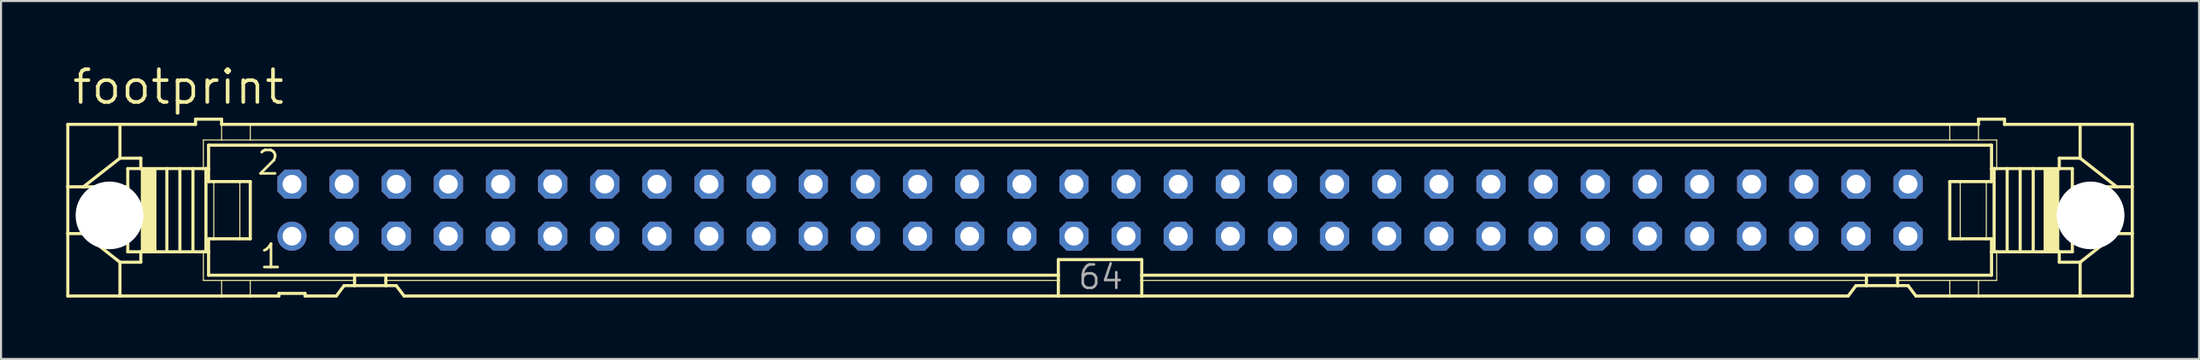
<source format=kicad_pcb>
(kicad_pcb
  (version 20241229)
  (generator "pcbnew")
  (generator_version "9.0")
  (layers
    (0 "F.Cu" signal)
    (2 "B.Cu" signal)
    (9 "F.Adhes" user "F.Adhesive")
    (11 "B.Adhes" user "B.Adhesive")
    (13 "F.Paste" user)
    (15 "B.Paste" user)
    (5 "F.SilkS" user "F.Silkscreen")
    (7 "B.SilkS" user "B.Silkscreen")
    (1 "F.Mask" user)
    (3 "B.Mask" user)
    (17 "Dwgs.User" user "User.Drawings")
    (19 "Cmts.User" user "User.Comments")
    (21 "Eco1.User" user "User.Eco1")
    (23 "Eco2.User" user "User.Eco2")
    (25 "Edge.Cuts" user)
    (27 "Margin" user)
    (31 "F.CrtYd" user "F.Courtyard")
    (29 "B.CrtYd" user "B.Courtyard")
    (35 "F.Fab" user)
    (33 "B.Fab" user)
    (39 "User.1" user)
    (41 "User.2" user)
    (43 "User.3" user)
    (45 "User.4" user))
  (footprint "footprint"
    (layer "F.Cu")
    (at 50.546 7.214)
    (property "Reference" "footprint" (at -50.165 -5.08 0) (layer "F.SilkS") (effects (font (size 1.6 1.6) (thickness 0.178)) (justify left bottom)))
    (fp_line (start -50.292 -4.191) (end -50.292 -1.143) (stroke (width 0.152) (type solid)) (layer "F.SilkS"))
    (fp_line (start -50.292 -4.191) (end -47.752 -4.191) (stroke (width 0.152) (type solid)) (layer "F.SilkS"))
    (fp_line (start -50.292 -1.143) (end -50.292 1.143) (stroke (width 0.152) (type solid)) (layer "F.SilkS"))
    (fp_line (start -50.292 -1.143) (end -49.53 -1.143) (stroke (width 0.152) (type solid)) (layer "F.SilkS"))
    (fp_line (start -50.292 1.143) (end -50.292 4.191) (stroke (width 0.152) (type solid)) (layer "F.SilkS"))
    (fp_line (start -50.292 1.143) (end -49.53 1.143) (stroke (width 0.152) (type solid)) (layer "F.SilkS"))
    (fp_line (start -49.53 -1.143) (end -47.371 -1.143) (stroke (width 0.152) (type solid)) (layer "F.SilkS"))
    (fp_line (start -49.53 1.143) (end -47.371 1.143) (stroke (width 0.152) (type solid)) (layer "F.SilkS"))
    (fp_line (start -47.752 -4.191) (end -47.752 -2.54) (stroke (width 0.152) (type solid)) (layer "F.SilkS"))
    (fp_line (start -47.752 -2.54) (end -49.53 -1.143) (stroke (width 0.152) (type solid)) (layer "F.SilkS"))
    (fp_line (start -47.752 2.54) (end -49.53 1.143) (stroke (width 0.152) (type solid)) (layer "F.SilkS"))
    (fp_line (start -47.752 2.54) (end -47.752 4.191) (stroke (width 0.152) (type solid)) (layer "F.SilkS"))
    (fp_line (start -47.752 4.191) (end -50.292 4.191) (stroke (width 0.152) (type solid)) (layer "F.SilkS"))
    (fp_line (start -47.371 -1.143) (end -47.371 -2.032) (stroke (width 0.152) (type solid)) (layer "F.SilkS"))
    (fp_line (start -47.371 1.143) (end -47.371 -1.143) (stroke (width 0.152) (type solid)) (layer "F.SilkS"))
    (fp_line (start -47.371 2.032) (end -47.371 1.143) (stroke (width 0.152) (type solid)) (layer "F.SilkS"))
    (fp_line (start -46.736 -2.54) (end -47.752 -2.54) (stroke (width 0.152) (type solid)) (layer "F.SilkS"))
    (fp_line (start -46.736 -2.54) (end -46.736 -2.032) (stroke (width 0.152) (type solid)) (layer "F.SilkS"))
    (fp_line (start -46.736 -2.032) (end -47.371 -2.032) (stroke (width 0.152) (type solid)) (layer "F.SilkS"))
    (fp_line (start -46.736 2.032) (end -47.371 2.032) (stroke (width 0.152) (type solid)) (layer "F.SilkS"))
    (fp_line (start -46.736 2.032) (end -46.736 2.54) (stroke (width 0.152) (type solid)) (layer "F.SilkS"))
    (fp_line (start -46.736 2.54) (end -47.752 2.54) (stroke (width 0.152) (type solid)) (layer "F.SilkS"))
    (fp_line (start -45.466 -2.032) (end -46.736 -2.032) (stroke (width 0.152) (type solid)) (layer "F.SilkS"))
    (fp_line (start -45.466 2.032) (end -46.736 2.032) (stroke (width 0.152) (type solid)) (layer "F.SilkS"))
    (fp_line (start -45.466 2.032) (end -45.466 -2.032) (stroke (width 0.152) (type solid)) (layer "F.SilkS"))
    (fp_line (start -44.831 -2.032) (end -45.466 -2.032) (stroke (width 0.152) (type solid)) (layer "F.SilkS"))
    (fp_line (start -44.831 2.032) (end -45.466 2.032) (stroke (width 0.152) (type solid)) (layer "F.SilkS"))
    (fp_line (start -44.831 2.032) (end -44.831 -2.032) (stroke (width 0.152) (type solid)) (layer "F.SilkS"))
    (fp_line (start -44.196 -2.032) (end -44.831 -2.032) (stroke (width 0.152) (type solid)) (layer "F.SilkS"))
    (fp_line (start -44.196 2.032) (end -44.831 2.032) (stroke (width 0.152) (type solid)) (layer "F.SilkS"))
    (fp_line (start -44.196 2.032) (end -44.196 -2.032) (stroke (width 0.152) (type solid)) (layer "F.SilkS"))
    (fp_line (start -44.069 -4.445) (end -44.069 -4.191) (stroke (width 0.152) (type solid)) (layer "F.SilkS"))
    (fp_line (start -44.069 -4.445) (end -42.799 -4.445) (stroke (width 0.152) (type solid)) (layer "F.SilkS"))
    (fp_line (start -44.069 -4.191) (end -47.752 -4.191) (stroke (width 0.152) (type solid)) (layer "F.SilkS"))
    (fp_line (start -43.688 -3.429) (end -43.688 -2.032) (stroke (width 0.051) (type solid)) (layer "F.SilkS"))
    (fp_line (start -43.688 -2.032) (end -44.196 -2.032) (stroke (width 0.152) (type solid)) (layer "F.SilkS"))
    (fp_line (start -43.688 2.032) (end -44.196 2.032) (stroke (width 0.152) (type solid)) (layer "F.SilkS"))
    (fp_line (start -43.688 3.429) (end -43.688 2.032) (stroke (width 0.051) (type solid)) (layer "F.SilkS"))
    (fp_line (start -43.561 -2.032) (end -43.688 -2.032) (stroke (width 0.152) (type solid)) (layer "F.SilkS"))
    (fp_line (start -43.561 2.032) (end -43.688 2.032) (stroke (width 0.152) (type solid)) (layer "F.SilkS"))
    (fp_line (start -43.561 2.032) (end -43.561 -2.032) (stroke (width 0.152) (type solid)) (layer "F.SilkS"))
    (fp_line (start -43.434 -3.175) (end 43.434 -3.175) (stroke (width 0.152) (type solid)) (layer "F.SilkS"))
    (fp_line (start -43.434 -2.032) (end -43.561 -2.032) (stroke (width 0.152) (type solid)) (layer "F.SilkS"))
    (fp_line (start -43.434 -2.032) (end -43.434 -3.175) (stroke (width 0.152) (type solid)) (layer "F.SilkS"))
    (fp_line (start -43.434 -1.397) (end -43.434 -2.032) (stroke (width 0.152) (type solid)) (layer "F.SilkS"))
    (fp_line (start -43.434 -1.397) (end -43.18 -1.397) (stroke (width 0.152) (type solid)) (layer "F.SilkS"))
    (fp_line (start -43.434 2.032) (end -43.561 2.032) (stroke (width 0.152) (type solid)) (layer "F.SilkS"))
    (fp_line (start -43.434 2.032) (end -43.434 1.397) (stroke (width 0.152) (type solid)) (layer "F.SilkS"))
    (fp_line (start -43.434 3.175) (end -43.434 2.032) (stroke (width 0.152) (type solid)) (layer "F.SilkS"))
    (fp_line (start -43.18 -1.397) (end -41.91 -1.397) (stroke (width 0.152) (type solid)) (layer "F.SilkS"))
    (fp_line (start -43.18 1.397) (end -43.434 1.397) (stroke (width 0.152) (type solid)) (layer "F.SilkS"))
    (fp_line (start -43.18 1.397) (end -43.18 -1.397) (stroke (width 0.051) (type solid)) (layer "F.SilkS"))
    (fp_line (start -42.799 -4.445) (end -42.799 -4.191) (stroke (width 0.152) (type solid)) (layer "F.SilkS"))
    (fp_line (start -42.799 -3.429) (end -43.688 -3.429) (stroke (width 0.051) (type solid)) (layer "F.SilkS"))
    (fp_line (start -42.799 -3.429) (end -42.799 -4.191) (stroke (width 0.051) (type solid)) (layer "F.SilkS"))
    (fp_line (start -42.799 -3.429) (end -41.402 -3.429) (stroke (width 0.051) (type solid)) (layer "F.SilkS"))
    (fp_line (start -42.799 3.429) (end -43.688 3.429) (stroke (width 0.051) (type solid)) (layer "F.SilkS"))
    (fp_line (start -42.799 4.191) (end -47.752 4.191) (stroke (width 0.152) (type solid)) (layer "F.SilkS"))
    (fp_line (start -42.799 4.191) (end -42.799 3.429) (stroke (width 0.051) (type solid)) (layer "F.SilkS"))
    (fp_line (start -41.91 -1.397) (end -41.402 -1.397) (stroke (width 0.152) (type solid)) (layer "F.SilkS"))
    (fp_line (start -41.91 1.397) (end -43.18 1.397) (stroke (width 0.152) (type solid)) (layer "F.SilkS"))
    (fp_line (start -41.91 1.397) (end -41.91 -1.397) (stroke (width 0.051) (type solid)) (layer "F.SilkS"))
    (fp_line (start -41.402 -4.191) (end -42.799 -4.191) (stroke (width 0.152) (type solid)) (layer "F.SilkS"))
    (fp_line (start -41.402 -4.191) (end 41.402 -4.191) (stroke (width 0.152) (type solid)) (layer "F.SilkS"))
    (fp_line (start -41.402 -3.429) (end -41.402 -4.191) (stroke (width 0.051) (type solid)) (layer "F.SilkS"))
    (fp_line (start -41.402 -3.429) (end 41.402 -3.429) (stroke (width 0.051) (type solid)) (layer "F.SilkS"))
    (fp_line (start -41.402 1.397) (end -41.91 1.397) (stroke (width 0.152) (type solid)) (layer "F.SilkS"))
    (fp_line (start -41.402 1.397) (end -41.402 -1.397) (stroke (width 0.152) (type solid)) (layer "F.SilkS"))
    (fp_line (start -41.402 3.429) (end -42.799 3.429) (stroke (width 0.051) (type solid)) (layer "F.SilkS"))
    (fp_line (start -41.402 4.191) (end -42.799 4.191) (stroke (width 0.152) (type solid)) (layer "F.SilkS"))
    (fp_line (start -41.402 4.191) (end -41.402 3.429) (stroke (width 0.051) (type solid)) (layer "F.SilkS"))
    (fp_line (start -40.005 4.191) (end -41.402 4.191) (stroke (width 0.152) (type solid)) (layer "F.SilkS"))
    (fp_line (start -40.005 4.191) (end -40.005 4.064) (stroke (width 0.152) (type solid)) (layer "F.SilkS"))
    (fp_line (start -38.735 4.064) (end -40.005 4.064) (stroke (width 0.152) (type solid)) (layer "F.SilkS"))
    (fp_line (start -38.735 4.064) (end -38.735 4.191) (stroke (width 0.152) (type solid)) (layer "F.SilkS"))
    (fp_line (start -37.211 4.191) (end -38.735 4.191) (stroke (width 0.152) (type solid)) (layer "F.SilkS"))
    (fp_line (start -37.211 4.191) (end -36.83 3.683) (stroke (width 0.152) (type solid)) (layer "F.SilkS"))
    (fp_line (start -36.322 3.175) (end -43.434 3.175) (stroke (width 0.152) (type solid)) (layer "F.SilkS"))
    (fp_line (start -36.322 3.175) (end -36.322 3.429) (stroke (width 0.152) (type solid)) (layer "F.SilkS"))
    (fp_line (start -36.322 3.429) (end -41.402 3.429) (stroke (width 0.051) (type solid)) (layer "F.SilkS"))
    (fp_line (start -36.322 3.429) (end -36.322 3.683) (stroke (width 0.152) (type solid)) (layer "F.SilkS"))
    (fp_line (start -36.322 3.683) (end -36.83 3.683) (stroke (width 0.152) (type solid)) (layer "F.SilkS"))
    (fp_line (start -34.798 3.175) (end -36.322 3.175) (stroke (width 0.152) (type solid)) (layer "F.SilkS"))
    (fp_line (start -34.798 3.175) (end -34.798 3.429) (stroke (width 0.152) (type solid)) (layer "F.SilkS"))
    (fp_line (start -34.798 3.429) (end -34.798 3.683) (stroke (width 0.152) (type solid)) (layer "F.SilkS"))
    (fp_line (start -34.798 3.683) (end -36.322 3.683) (stroke (width 0.152) (type solid)) (layer "F.SilkS"))
    (fp_line (start -34.29 3.683) (end -34.798 3.683) (stroke (width 0.152) (type solid)) (layer "F.SilkS"))
    (fp_line (start -34.29 3.683) (end -33.909 4.191) (stroke (width 0.152) (type solid)) (layer "F.SilkS"))
    (fp_line (start -2.032 3.175) (end -34.798 3.175) (stroke (width 0.152) (type solid)) (layer "F.SilkS"))
    (fp_line (start -2.032 3.175) (end -2.032 2.413) (stroke (width 0.152) (type solid)) (layer "F.SilkS"))
    (fp_line (start -2.032 3.175) (end -2.032 3.429) (stroke (width 0.152) (type solid)) (layer "F.SilkS"))
    (fp_line (start -2.032 3.429) (end -34.798 3.429) (stroke (width 0.051) (type solid)) (layer "F.SilkS"))
    (fp_line (start -2.032 3.429) (end -2.032 4.191) (stroke (width 0.152) (type solid)) (layer "F.SilkS"))
    (fp_line (start -2.032 4.191) (end -33.909 4.191) (stroke (width 0.152) (type solid)) (layer "F.SilkS"))
    (fp_line (start 2.032 2.413) (end -2.032 2.413) (stroke (width 0.152) (type solid)) (layer "F.SilkS"))
    (fp_line (start 2.032 2.413) (end 2.032 3.175) (stroke (width 0.152) (type solid)) (layer "F.SilkS"))
    (fp_line (start 2.032 3.175) (end 2.032 3.429) (stroke (width 0.152) (type solid)) (layer "F.SilkS"))
    (fp_line (start 2.032 3.429) (end 2.032 4.191) (stroke (width 0.152) (type solid)) (layer "F.SilkS"))
    (fp_line (start 2.032 4.191) (end -2.032 4.191) (stroke (width 0.152) (type solid)) (layer "F.SilkS"))
    (fp_line (start 36.449 4.191) (end 2.032 4.191) (stroke (width 0.152) (type solid)) (layer "F.SilkS"))
    (fp_line (start 36.449 4.191) (end 36.83 3.683) (stroke (width 0.152) (type solid)) (layer "F.SilkS"))
    (fp_line (start 37.338 3.175) (end 2.032 3.175) (stroke (width 0.152) (type solid)) (layer "F.SilkS"))
    (fp_line (start 37.338 3.175) (end 37.338 3.429) (stroke (width 0.152) (type solid)) (layer "F.SilkS"))
    (fp_line (start 37.338 3.429) (end 2.032 3.429) (stroke (width 0.051) (type solid)) (layer "F.SilkS"))
    (fp_line (start 37.338 3.429) (end 37.338 3.683) (stroke (width 0.152) (type solid)) (layer "F.SilkS"))
    (fp_line (start 37.338 3.683) (end 36.83 3.683) (stroke (width 0.152) (type solid)) (layer "F.SilkS"))
    (fp_line (start 38.862 3.175) (end 37.338 3.175) (stroke (width 0.152) (type solid)) (layer "F.SilkS"))
    (fp_line (start 38.862 3.175) (end 38.862 3.429) (stroke (width 0.152) (type solid)) (layer "F.SilkS"))
    (fp_line (start 38.862 3.429) (end 38.862 3.683) (stroke (width 0.152) (type solid)) (layer "F.SilkS"))
    (fp_line (start 38.862 3.429) (end 41.402 3.429) (stroke (width 0.051) (type solid)) (layer "F.SilkS"))
    (fp_line (start 38.862 3.683) (end 37.338 3.683) (stroke (width 0.152) (type solid)) (layer "F.SilkS"))
    (fp_line (start 39.37 3.683) (end 38.862 3.683) (stroke (width 0.152) (type solid)) (layer "F.SilkS"))
    (fp_line (start 39.37 3.683) (end 39.751 4.191) (stroke (width 0.152) (type solid)) (layer "F.SilkS"))
    (fp_line (start 41.402 -4.191) (end 41.402 -3.429) (stroke (width 0.051) (type solid)) (layer "F.SilkS"))
    (fp_line (start 41.402 -4.191) (end 42.799 -4.191) (stroke (width 0.152) (type solid)) (layer "F.SilkS"))
    (fp_line (start 41.402 -1.397) (end 41.402 1.397) (stroke (width 0.152) (type solid)) (layer "F.SilkS"))
    (fp_line (start 41.402 -1.397) (end 41.91 -1.397) (stroke (width 0.152) (type solid)) (layer "F.SilkS"))
    (fp_line (start 41.402 3.429) (end 41.402 4.191) (stroke (width 0.051) (type solid)) (layer "F.SilkS"))
    (fp_line (start 41.402 3.429) (end 42.799 3.429) (stroke (width 0.051) (type solid)) (layer "F.SilkS"))
    (fp_line (start 41.402 4.191) (end 39.751 4.191) (stroke (width 0.152) (type solid)) (layer "F.SilkS"))
    (fp_line (start 41.91 -1.397) (end 41.91 1.397) (stroke (width 0.051) (type solid)) (layer "F.SilkS"))
    (fp_line (start 41.91 -1.397) (end 43.18 -1.397) (stroke (width 0.152) (type solid)) (layer "F.SilkS"))
    (fp_line (start 41.91 1.397) (end 41.402 1.397) (stroke (width 0.152) (type solid)) (layer "F.SilkS"))
    (fp_line (start 42.799 -4.191) (end 42.799 -4.445) (stroke (width 0.152) (type solid)) (layer "F.SilkS"))
    (fp_line (start 42.799 -4.191) (end 42.799 -3.429) (stroke (width 0.051) (type solid)) (layer "F.SilkS"))
    (fp_line (start 42.799 -3.429) (end 41.402 -3.429) (stroke (width 0.051) (type solid)) (layer "F.SilkS"))
    (fp_line (start 42.799 -3.429) (end 43.688 -3.429) (stroke (width 0.051) (type solid)) (layer "F.SilkS"))
    (fp_line (start 42.799 3.429) (end 42.799 4.191) (stroke (width 0.051) (type solid)) (layer "F.SilkS"))
    (fp_line (start 42.799 3.429) (end 43.688 3.429) (stroke (width 0.051) (type solid)) (layer "F.SilkS"))
    (fp_line (start 42.799 4.191) (end 41.402 4.191) (stroke (width 0.152) (type solid)) (layer "F.SilkS"))
    (fp_line (start 43.18 -1.397) (end 43.18 1.397) (stroke (width 0.051) (type solid)) (layer "F.SilkS"))
    (fp_line (start 43.18 -1.397) (end 43.434 -1.397) (stroke (width 0.152) (type solid)) (layer "F.SilkS"))
    (fp_line (start 43.18 1.397) (end 41.91 1.397) (stroke (width 0.152) (type solid)) (layer "F.SilkS"))
    (fp_line (start 43.434 -3.175) (end 43.434 -2.032) (stroke (width 0.152) (type solid)) (layer "F.SilkS"))
    (fp_line (start 43.434 -2.032) (end 43.434 -1.397) (stroke (width 0.152) (type solid)) (layer "F.SilkS"))
    (fp_line (start 43.434 -2.032) (end 43.561 -2.032) (stroke (width 0.152) (type solid)) (layer "F.SilkS"))
    (fp_line (start 43.434 1.397) (end 43.18 1.397) (stroke (width 0.152) (type solid)) (layer "F.SilkS"))
    (fp_line (start 43.434 1.397) (end 43.434 2.032) (stroke (width 0.152) (type solid)) (layer "F.SilkS"))
    (fp_line (start 43.434 2.032) (end 43.434 3.175) (stroke (width 0.152) (type solid)) (layer "F.SilkS"))
    (fp_line (start 43.434 2.032) (end 43.561 2.032) (stroke (width 0.152) (type solid)) (layer "F.SilkS"))
    (fp_line (start 43.434 3.175) (end 38.862 3.175) (stroke (width 0.152) (type solid)) (layer "F.SilkS"))
    (fp_line (start 43.561 -2.032) (end 43.561 2.032) (stroke (width 0.152) (type solid)) (layer "F.SilkS"))
    (fp_line (start 43.561 -2.032) (end 43.688 -2.032) (stroke (width 0.152) (type solid)) (layer "F.SilkS"))
    (fp_line (start 43.561 2.032) (end 43.688 2.032) (stroke (width 0.152) (type solid)) (layer "F.SilkS"))
    (fp_line (start 43.688 -3.429) (end 43.688 -2.032) (stroke (width 0.051) (type solid)) (layer "F.SilkS"))
    (fp_line (start 43.688 -2.032) (end 44.196 -2.032) (stroke (width 0.152) (type solid)) (layer "F.SilkS"))
    (fp_line (start 43.688 2.032) (end 44.196 2.032) (stroke (width 0.152) (type solid)) (layer "F.SilkS"))
    (fp_line (start 43.688 3.429) (end 43.688 2.032) (stroke (width 0.051) (type solid)) (layer "F.SilkS"))
    (fp_line (start 44.069 -4.445) (end 42.799 -4.445) (stroke (width 0.152) (type solid)) (layer "F.SilkS"))
    (fp_line (start 44.069 -4.191) (end 44.069 -4.445) (stroke (width 0.152) (type solid)) (layer "F.SilkS"))
    (fp_line (start 44.069 -4.191) (end 47.752 -4.191) (stroke (width 0.152) (type solid)) (layer "F.SilkS"))
    (fp_line (start 44.196 -2.032) (end 44.196 2.032) (stroke (width 0.152) (type solid)) (layer "F.SilkS"))
    (fp_line (start 44.196 -2.032) (end 44.831 -2.032) (stroke (width 0.152) (type solid)) (layer "F.SilkS"))
    (fp_line (start 44.196 2.032) (end 44.831 2.032) (stroke (width 0.152) (type solid)) (layer "F.SilkS"))
    (fp_line (start 44.831 -2.032) (end 44.831 2.032) (stroke (width 0.152) (type solid)) (layer "F.SilkS"))
    (fp_line (start 44.831 -2.032) (end 45.466 -2.032) (stroke (width 0.152) (type solid)) (layer "F.SilkS"))
    (fp_line (start 44.831 2.032) (end 45.466 2.032) (stroke (width 0.152) (type solid)) (layer "F.SilkS"))
    (fp_line (start 45.466 -2.032) (end 45.466 2.032) (stroke (width 0.152) (type solid)) (layer "F.SilkS"))
    (fp_line (start 45.466 -2.032) (end 46.736 -2.032) (stroke (width 0.152) (type solid)) (layer "F.SilkS"))
    (fp_line (start 45.466 2.032) (end 46.736 2.032) (stroke (width 0.152) (type solid)) (layer "F.SilkS"))
    (fp_line (start 46.736 -2.54) (end 47.752 -2.54) (stroke (width 0.152) (type solid)) (layer "F.SilkS"))
    (fp_line (start 46.736 -2.032) (end 46.736 -2.54) (stroke (width 0.152) (type solid)) (layer "F.SilkS"))
    (fp_line (start 46.736 -2.032) (end 47.371 -2.032) (stroke (width 0.152) (type solid)) (layer "F.SilkS"))
    (fp_line (start 46.736 2.032) (end 47.371 2.032) (stroke (width 0.152) (type solid)) (layer "F.SilkS"))
    (fp_line (start 46.736 2.54) (end 46.736 2.032) (stroke (width 0.152) (type solid)) (layer "F.SilkS"))
    (fp_line (start 46.736 2.54) (end 47.752 2.54) (stroke (width 0.152) (type solid)) (layer "F.SilkS"))
    (fp_line (start 47.371 -2.032) (end 47.371 -1.143) (stroke (width 0.152) (type solid)) (layer "F.SilkS"))
    (fp_line (start 47.371 -1.143) (end 47.371 1.143) (stroke (width 0.152) (type solid)) (layer "F.SilkS"))
    (fp_line (start 47.371 1.143) (end 47.371 2.032) (stroke (width 0.152) (type solid)) (layer "F.SilkS"))
    (fp_line (start 47.752 -4.191) (end 50.292 -4.191) (stroke (width 0.152) (type solid)) (layer "F.SilkS"))
    (fp_line (start 47.752 -2.54) (end 47.752 -4.191) (stroke (width 0.152) (type solid)) (layer "F.SilkS"))
    (fp_line (start 47.752 -2.54) (end 49.53 -1.143) (stroke (width 0.152) (type solid)) (layer "F.SilkS"))
    (fp_line (start 47.752 2.54) (end 49.53 1.143) (stroke (width 0.152) (type solid)) (layer "F.SilkS"))
    (fp_line (start 47.752 4.191) (end 42.799 4.191) (stroke (width 0.152) (type solid)) (layer "F.SilkS"))
    (fp_line (start 47.752 4.191) (end 47.752 2.54) (stroke (width 0.152) (type solid)) (layer "F.SilkS"))
    (fp_line (start 49.53 -1.143) (end 47.371 -1.143) (stroke (width 0.152) (type solid)) (layer "F.SilkS"))
    (fp_line (start 49.53 1.143) (end 47.371 1.143) (stroke (width 0.152) (type solid)) (layer "F.SilkS"))
    (fp_line (start 50.292 -1.143) (end 49.53 -1.143) (stroke (width 0.152) (type solid)) (layer "F.SilkS"))
    (fp_line (start 50.292 -1.143) (end 50.292 -4.191) (stroke (width 0.152) (type solid)) (layer "F.SilkS"))
    (fp_line (start 50.292 1.143) (end 49.53 1.143) (stroke (width 0.152) (type solid)) (layer "F.SilkS"))
    (fp_line (start 50.292 1.143) (end 50.292 -1.143) (stroke (width 0.152) (type solid)) (layer "F.SilkS"))
    (fp_line (start 50.292 4.191) (end 47.752 4.191) (stroke (width 0.152) (type solid)) (layer "F.SilkS"))
    (fp_line (start 50.292 4.191) (end 50.292 1.143) (stroke (width 0.152) (type solid)) (layer "F.SilkS"))
    (fp_poly (pts (xy -46.736 2.032) (xy -45.974 2.032) (xy -45.974 -2.032) (xy -46.736 -2.032)) (stroke (width 0) (type solid)) (fill yes) (layer "F.SilkS"))
    (fp_poly (pts (xy 45.974 2.032) (xy 46.736 2.032) (xy 46.736 -2.032) (xy 45.974 -2.032)) (stroke (width 0) (type solid)) (fill yes) (layer "F.SilkS"))
    (fp_poly (pts (xy -49.53 0.381) (xy -47.752 0.381) (xy -47.752 -0.381) (xy -49.53 -0.381)) (stroke (width 0.1) (type solid)) (fill no) (layer "F.Fab"))
    (fp_poly (pts (xy -39.624 -1.016) (xy -39.116 -1.016) (xy -39.116 -1.524) (xy -39.624 -1.524)) (stroke (width 0.1) (type solid)) (fill no) (layer "F.Fab"))
    (fp_poly (pts (xy -39.624 1.524) (xy -39.116 1.524) (xy -39.116 1.016) (xy -39.624 1.016)) (stroke (width 0.1) (type solid)) (fill no) (layer "F.Fab"))
    (fp_poly (pts (xy -37.084 -1.016) (xy -36.576 -1.016) (xy -36.576 -1.524) (xy -37.084 -1.524)) (stroke (width 0.1) (type solid)) (fill no) (layer "F.Fab"))
    (fp_poly (pts (xy -37.084 1.524) (xy -36.576 1.524) (xy -36.576 1.016) (xy -37.084 1.016)) (stroke (width 0.1) (type solid)) (fill no) (layer "F.Fab"))
    (fp_poly (pts (xy -34.544 -1.016) (xy -34.036 -1.016) (xy -34.036 -1.524) (xy -34.544 -1.524)) (stroke (width 0.1) (type solid)) (fill no) (layer "F.Fab"))
    (fp_poly (pts (xy -34.544 1.524) (xy -34.036 1.524) (xy -34.036 1.016) (xy -34.544 1.016)) (stroke (width 0.1) (type solid)) (fill no) (layer "F.Fab"))
    (fp_poly (pts (xy -32.004 -1.016) (xy -31.496 -1.016) (xy -31.496 -1.524) (xy -32.004 -1.524)) (stroke (width 0.1) (type solid)) (fill no) (layer "F.Fab"))
    (fp_poly (pts (xy -32.004 1.524) (xy -31.496 1.524) (xy -31.496 1.016) (xy -32.004 1.016)) (stroke (width 0.1) (type solid)) (fill no) (layer "F.Fab"))
    (fp_poly (pts (xy -29.464 -1.016) (xy -28.956 -1.016) (xy -28.956 -1.524) (xy -29.464 -1.524)) (stroke (width 0.1) (type solid)) (fill no) (layer "F.Fab"))
    (fp_poly (pts (xy -29.464 1.524) (xy -28.956 1.524) (xy -28.956 1.016) (xy -29.464 1.016)) (stroke (width 0.1) (type solid)) (fill no) (layer "F.Fab"))
    (fp_poly (pts (xy -26.924 -1.016) (xy -26.416 -1.016) (xy -26.416 -1.524) (xy -26.924 -1.524)) (stroke (width 0.1) (type solid)) (fill no) (layer "F.Fab"))
    (fp_poly (pts (xy -26.924 1.524) (xy -26.416 1.524) (xy -26.416 1.016) (xy -26.924 1.016)) (stroke (width 0.1) (type solid)) (fill no) (layer "F.Fab"))
    (fp_poly (pts (xy -24.384 -1.016) (xy -23.876 -1.016) (xy -23.876 -1.524) (xy -24.384 -1.524)) (stroke (width 0.1) (type solid)) (fill no) (layer "F.Fab"))
    (fp_poly (pts (xy -24.384 1.524) (xy -23.876 1.524) (xy -23.876 1.016) (xy -24.384 1.016)) (stroke (width 0.1) (type solid)) (fill no) (layer "F.Fab"))
    (fp_poly (pts (xy -21.844 -1.016) (xy -21.336 -1.016) (xy -21.336 -1.524) (xy -21.844 -1.524)) (stroke (width 0.1) (type solid)) (fill no) (layer "F.Fab"))
    (fp_poly (pts (xy -21.844 1.524) (xy -21.336 1.524) (xy -21.336 1.016) (xy -21.844 1.016)) (stroke (width 0.1) (type solid)) (fill no) (layer "F.Fab"))
    (fp_poly (pts (xy -19.304 -1.016) (xy -18.796 -1.016) (xy -18.796 -1.524) (xy -19.304 -1.524)) (stroke (width 0.1) (type solid)) (fill no) (layer "F.Fab"))
    (fp_poly (pts (xy -19.304 1.524) (xy -18.796 1.524) (xy -18.796 1.016) (xy -19.304 1.016)) (stroke (width 0.1) (type solid)) (fill no) (layer "F.Fab"))
    (fp_poly (pts (xy -16.764 -1.016) (xy -16.256 -1.016) (xy -16.256 -1.524) (xy -16.764 -1.524)) (stroke (width 0.1) (type solid)) (fill no) (layer "F.Fab"))
    (fp_poly (pts (xy -16.764 1.524) (xy -16.256 1.524) (xy -16.256 1.016) (xy -16.764 1.016)) (stroke (width 0.1) (type solid)) (fill no) (layer "F.Fab"))
    (fp_poly (pts (xy -14.224 -1.016) (xy -13.716 -1.016) (xy -13.716 -1.524) (xy -14.224 -1.524)) (stroke (width 0.1) (type solid)) (fill no) (layer "F.Fab"))
    (fp_poly (pts (xy -14.224 1.524) (xy -13.716 1.524) (xy -13.716 1.016) (xy -14.224 1.016)) (stroke (width 0.1) (type solid)) (fill no) (layer "F.Fab"))
    (fp_poly (pts (xy -11.684 -1.016) (xy -11.176 -1.016) (xy -11.176 -1.524) (xy -11.684 -1.524)) (stroke (width 0.1) (type solid)) (fill no) (layer "F.Fab"))
    (fp_poly (pts (xy -11.684 1.524) (xy -11.176 1.524) (xy -11.176 1.016) (xy -11.684 1.016)) (stroke (width 0.1) (type solid)) (fill no) (layer "F.Fab"))
    (fp_poly (pts (xy -9.144 -1.016) (xy -8.636 -1.016) (xy -8.636 -1.524) (xy -9.144 -1.524)) (stroke (width 0.1) (type solid)) (fill no) (layer "F.Fab"))
    (fp_poly (pts (xy -9.144 1.524) (xy -8.636 1.524) (xy -8.636 1.016) (xy -9.144 1.016)) (stroke (width 0.1) (type solid)) (fill no) (layer "F.Fab"))
    (fp_poly (pts (xy -6.604 -1.016) (xy -6.096 -1.016) (xy -6.096 -1.524) (xy -6.604 -1.524)) (stroke (width 0.1) (type solid)) (fill no) (layer "F.Fab"))
    (fp_poly (pts (xy -6.604 1.524) (xy -6.096 1.524) (xy -6.096 1.016) (xy -6.604 1.016)) (stroke (width 0.1) (type solid)) (fill no) (layer "F.Fab"))
    (fp_poly (pts (xy -4.064 -1.016) (xy -3.556 -1.016) (xy -3.556 -1.524) (xy -4.064 -1.524)) (stroke (width 0.1) (type solid)) (fill no) (layer "F.Fab"))
    (fp_poly (pts (xy -4.064 1.524) (xy -3.556 1.524) (xy -3.556 1.016) (xy -4.064 1.016)) (stroke (width 0.1) (type solid)) (fill no) (layer "F.Fab"))
    (fp_poly (pts (xy -1.524 -1.016) (xy -1.016 -1.016) (xy -1.016 -1.524) (xy -1.524 -1.524)) (stroke (width 0.1) (type solid)) (fill no) (layer "F.Fab"))
    (fp_poly (pts (xy -1.524 1.524) (xy -1.016 1.524) (xy -1.016 1.016) (xy -1.524 1.016)) (stroke (width 0.1) (type solid)) (fill no) (layer "F.Fab"))
    (fp_poly (pts (xy 1.016 -1.016) (xy 1.524 -1.016) (xy 1.524 -1.524) (xy 1.016 -1.524)) (stroke (width 0.1) (type solid)) (fill no) (layer "F.Fab"))
    (fp_poly (pts (xy 1.016 1.524) (xy 1.524 1.524) (xy 1.524 1.016) (xy 1.016 1.016)) (stroke (width 0.1) (type solid)) (fill no) (layer "F.Fab"))
    (fp_poly (pts (xy 3.556 -1.016) (xy 4.064 -1.016) (xy 4.064 -1.524) (xy 3.556 -1.524)) (stroke (width 0.1) (type solid)) (fill no) (layer "F.Fab"))
    (fp_poly (pts (xy 3.556 1.524) (xy 4.064 1.524) (xy 4.064 1.016) (xy 3.556 1.016)) (stroke (width 0.1) (type solid)) (fill no) (layer "F.Fab"))
    (fp_poly (pts (xy 6.096 -1.016) (xy 6.604 -1.016) (xy 6.604 -1.524) (xy 6.096 -1.524)) (stroke (width 0.1) (type solid)) (fill no) (layer "F.Fab"))
    (fp_poly (pts (xy 6.096 1.524) (xy 6.604 1.524) (xy 6.604 1.016) (xy 6.096 1.016)) (stroke (width 0.1) (type solid)) (fill no) (layer "F.Fab"))
    (fp_poly (pts (xy 8.636 -1.016) (xy 9.144 -1.016) (xy 9.144 -1.524) (xy 8.636 -1.524)) (stroke (width 0.1) (type solid)) (fill no) (layer "F.Fab"))
    (fp_poly (pts (xy 8.636 1.524) (xy 9.144 1.524) (xy 9.144 1.016) (xy 8.636 1.016)) (stroke (width 0.1) (type solid)) (fill no) (layer "F.Fab"))
    (fp_poly (pts (xy 11.176 -1.016) (xy 11.684 -1.016) (xy 11.684 -1.524) (xy 11.176 -1.524)) (stroke (width 0.1) (type solid)) (fill no) (layer "F.Fab"))
    (fp_poly (pts (xy 11.176 1.524) (xy 11.684 1.524) (xy 11.684 1.016) (xy 11.176 1.016)) (stroke (width 0.1) (type solid)) (fill no) (layer "F.Fab"))
    (fp_poly (pts (xy 13.716 -1.016) (xy 14.224 -1.016) (xy 14.224 -1.524) (xy 13.716 -1.524)) (stroke (width 0.1) (type solid)) (fill no) (layer "F.Fab"))
    (fp_poly (pts (xy 13.716 1.524) (xy 14.224 1.524) (xy 14.224 1.016) (xy 13.716 1.016)) (stroke (width 0.1) (type solid)) (fill no) (layer "F.Fab"))
    (fp_poly (pts (xy 16.256 -1.016) (xy 16.764 -1.016) (xy 16.764 -1.524) (xy 16.256 -1.524)) (stroke (width 0.1) (type solid)) (fill no) (layer "F.Fab"))
    (fp_poly (pts (xy 16.256 1.524) (xy 16.764 1.524) (xy 16.764 1.016) (xy 16.256 1.016)) (stroke (width 0.1) (type solid)) (fill no) (layer "F.Fab"))
    (fp_poly (pts (xy 18.796 -1.016) (xy 19.304 -1.016) (xy 19.304 -1.524) (xy 18.796 -1.524)) (stroke (width 0.1) (type solid)) (fill no) (layer "F.Fab"))
    (fp_poly (pts (xy 18.796 1.524) (xy 19.304 1.524) (xy 19.304 1.016) (xy 18.796 1.016)) (stroke (width 0.1) (type solid)) (fill no) (layer "F.Fab"))
    (fp_poly (pts (xy 21.336 -1.016) (xy 21.844 -1.016) (xy 21.844 -1.524) (xy 21.336 -1.524)) (stroke (width 0.1) (type solid)) (fill no) (layer "F.Fab"))
    (fp_poly (pts (xy 21.336 1.524) (xy 21.844 1.524) (xy 21.844 1.016) (xy 21.336 1.016)) (stroke (width 0.1) (type solid)) (fill no) (layer "F.Fab"))
    (fp_poly (pts (xy 23.876 -1.016) (xy 24.384 -1.016) (xy 24.384 -1.524) (xy 23.876 -1.524)) (stroke (width 0.1) (type solid)) (fill no) (layer "F.Fab"))
    (fp_poly (pts (xy 23.876 1.524) (xy 24.384 1.524) (xy 24.384 1.016) (xy 23.876 1.016)) (stroke (width 0.1) (type solid)) (fill no) (layer "F.Fab"))
    (fp_poly (pts (xy 26.416 -1.016) (xy 26.924 -1.016) (xy 26.924 -1.524) (xy 26.416 -1.524)) (stroke (width 0.1) (type solid)) (fill no) (layer "F.Fab"))
    (fp_poly (pts (xy 26.416 1.524) (xy 26.924 1.524) (xy 26.924 1.016) (xy 26.416 1.016)) (stroke (width 0.1) (type solid)) (fill no) (layer "F.Fab"))
    (fp_poly (pts (xy 28.956 -1.016) (xy 29.464 -1.016) (xy 29.464 -1.524) (xy 28.956 -1.524)) (stroke (width 0.1) (type solid)) (fill no) (layer "F.Fab"))
    (fp_poly (pts (xy 28.956 1.524) (xy 29.464 1.524) (xy 29.464 1.016) (xy 28.956 1.016)) (stroke (width 0.1) (type solid)) (fill no) (layer "F.Fab"))
    (fp_poly (pts (xy 31.496 -1.016) (xy 32.004 -1.016) (xy 32.004 -1.524) (xy 31.496 -1.524)) (stroke (width 0.1) (type solid)) (fill no) (layer "F.Fab"))
    (fp_poly (pts (xy 31.496 1.524) (xy 32.004 1.524) (xy 32.004 1.016) (xy 31.496 1.016)) (stroke (width 0.1) (type solid)) (fill no) (layer "F.Fab"))
    (fp_poly (pts (xy 34.036 -1.016) (xy 34.544 -1.016) (xy 34.544 -1.524) (xy 34.036 -1.524)) (stroke (width 0.1) (type solid)) (fill no) (layer "F.Fab"))
    (fp_poly (pts (xy 34.036 1.524) (xy 34.544 1.524) (xy 34.544 1.016) (xy 34.036 1.016)) (stroke (width 0.1) (type solid)) (fill no) (layer "F.Fab"))
    (fp_poly (pts (xy 36.576 -1.016) (xy 37.084 -1.016) (xy 37.084 -1.524) (xy 36.576 -1.524)) (stroke (width 0.1) (type solid)) (fill no) (layer "F.Fab"))
    (fp_poly (pts (xy 36.576 1.524) (xy 37.084 1.524) (xy 37.084 1.016) (xy 36.576 1.016)) (stroke (width 0.1) (type solid)) (fill no) (layer "F.Fab"))
    (fp_poly (pts (xy 39.116 -1.016) (xy 39.624 -1.016) (xy 39.624 -1.524) (xy 39.116 -1.524)) (stroke (width 0.1) (type solid)) (fill no) (layer "F.Fab"))
    (fp_poly (pts (xy 39.116 1.524) (xy 39.624 1.524) (xy 39.624 1.016) (xy 39.116 1.016)) (stroke (width 0.1) (type solid)) (fill no) (layer "F.Fab"))
    (fp_poly (pts (xy 47.752 0.381) (xy 49.53 0.381) (xy 49.53 -0.381) (xy 47.752 -0.381)) (stroke (width 0.1) (type solid)) (fill no) (layer "F.Fab"))
    (fp_text user "2" (at -41.148 -1.651 0) (layer "F.SilkS") (effects (font (size 1.143 1.143) (thickness 0.127)) (justify left bottom)))
    (fp_text user "1" (at -41.021 2.921 0) (layer "F.SilkS") (effects (font (size 1.143 1.143) (thickness 0.127)) (justify left bottom)))
    (fp_text user "64" (at -1.143 3.937 0) (layer "F.Fab") (effects (font (size 1.143 1.143) (thickness 0.127)) (justify left bottom)))
    (pad "" np_thru_hole circle (at -48.26 0.254) (size 3.302 3.302) (drill 3.302) (layers "*.Cu" "*.Mask"))
    (pad "" np_thru_hole circle (at 48.26 0.254) (size 3.302 3.302) (drill 3.302) (layers "*.Cu" "*.Mask"))
    (pad "1" thru_hole circle (at -39.37 1.27) (size 1.422 1.422) (drill 0.914) (layers "*.Cu" "*.Mask"))
    (pad "2" thru_hole roundrect (at -39.37 -1.27) (size 1.422 1.422) (drill 0.914) (layers "*.Cu" "*.Mask") (roundrect_rratio 0.25) (chamfer_ratio 0.25) (chamfer top_left top_right bottom_left bottom_right))
    (pad "3" thru_hole roundrect (at -36.83 1.27) (size 1.422 1.422) (drill 0.914) (layers "*.Cu" "*.Mask") (roundrect_rratio 0.25) (chamfer_ratio 0.25) (chamfer top_left top_right bottom_left bottom_right))
    (pad "4" thru_hole roundrect (at -36.83 -1.27) (size 1.422 1.422) (drill 0.914) (layers "*.Cu" "*.Mask") (roundrect_rratio 0.25) (chamfer_ratio 0.25) (chamfer top_left top_right bottom_left bottom_right))
    (pad "5" thru_hole roundrect (at -34.29 1.27) (size 1.422 1.422) (drill 0.914) (layers "*.Cu" "*.Mask") (roundrect_rratio 0.25) (chamfer_ratio 0.25) (chamfer top_left top_right bottom_left bottom_right))
    (pad "6" thru_hole roundrect (at -34.29 -1.27) (size 1.422 1.422) (drill 0.914) (layers "*.Cu" "*.Mask") (roundrect_rratio 0.25) (chamfer_ratio 0.25) (chamfer top_left top_right bottom_left bottom_right))
    (pad "7" thru_hole roundrect (at -31.75 1.27) (size 1.422 1.422) (drill 0.914) (layers "*.Cu" "*.Mask") (roundrect_rratio 0.25) (chamfer_ratio 0.25) (chamfer top_left top_right bottom_left bottom_right))
    (pad "8" thru_hole roundrect (at -31.75 -1.27) (size 1.422 1.422) (drill 0.914) (layers "*.Cu" "*.Mask") (roundrect_rratio 0.25) (chamfer_ratio 0.25) (chamfer top_left top_right bottom_left bottom_right))
    (pad "9" thru_hole roundrect (at -29.21 1.27) (size 1.422 1.422) (drill 0.914) (layers "*.Cu" "*.Mask") (roundrect_rratio 0.25) (chamfer_ratio 0.25) (chamfer top_left top_right bottom_left bottom_right))
    (pad "10" thru_hole roundrect (at -29.21 -1.27) (size 1.422 1.422) (drill 0.914) (layers "*.Cu" "*.Mask") (roundrect_rratio 0.25) (chamfer_ratio 0.25) (chamfer top_left top_right bottom_left bottom_right))
    (pad "11" thru_hole roundrect (at -26.67 1.27) (size 1.422 1.422) (drill 0.914) (layers "*.Cu" "*.Mask") (roundrect_rratio 0.25) (chamfer_ratio 0.25) (chamfer top_left top_right bottom_left bottom_right))
    (pad "12" thru_hole roundrect (at -26.67 -1.27) (size 1.422 1.422) (drill 0.914) (layers "*.Cu" "*.Mask") (roundrect_rratio 0.25) (chamfer_ratio 0.25) (chamfer top_left top_right bottom_left bottom_right))
    (pad "13" thru_hole roundrect (at -24.13 1.27) (size 1.422 1.422) (drill 0.914) (layers "*.Cu" "*.Mask") (roundrect_rratio 0.25) (chamfer_ratio 0.25) (chamfer top_left top_right bottom_left bottom_right))
    (pad "14" thru_hole roundrect (at -24.13 -1.27) (size 1.422 1.422) (drill 0.914) (layers "*.Cu" "*.Mask") (roundrect_rratio 0.25) (chamfer_ratio 0.25) (chamfer top_left top_right bottom_left bottom_right))
    (pad "15" thru_hole roundrect (at -21.59 1.27) (size 1.422 1.422) (drill 0.914) (layers "*.Cu" "*.Mask") (roundrect_rratio 0.25) (chamfer_ratio 0.25) (chamfer top_left top_right bottom_left bottom_right))
    (pad "16" thru_hole roundrect (at -21.59 -1.27) (size 1.422 1.422) (drill 0.914) (layers "*.Cu" "*.Mask") (roundrect_rratio 0.25) (chamfer_ratio 0.25) (chamfer top_left top_right bottom_left bottom_right))
    (pad "17" thru_hole roundrect (at -19.05 1.27) (size 1.422 1.422) (drill 0.914) (layers "*.Cu" "*.Mask") (roundrect_rratio 0.25) (chamfer_ratio 0.25) (chamfer top_left top_right bottom_left bottom_right))
    (pad "18" thru_hole roundrect (at -19.05 -1.27) (size 1.422 1.422) (drill 0.914) (layers "*.Cu" "*.Mask") (roundrect_rratio 0.25) (chamfer_ratio 0.25) (chamfer top_left top_right bottom_left bottom_right))
    (pad "19" thru_hole roundrect (at -16.51 1.27) (size 1.422 1.422) (drill 0.914) (layers "*.Cu" "*.Mask") (roundrect_rratio 0.25) (chamfer_ratio 0.25) (chamfer top_left top_right bottom_left bottom_right))
    (pad "20" thru_hole roundrect (at -16.51 -1.27) (size 1.422 1.422) (drill 0.914) (layers "*.Cu" "*.Mask") (roundrect_rratio 0.25) (chamfer_ratio 0.25) (chamfer top_left top_right bottom_left bottom_right))
    (pad "21" thru_hole roundrect (at -13.97 1.27) (size 1.422 1.422) (drill 0.914) (layers "*.Cu" "*.Mask") (roundrect_rratio 0.25) (chamfer_ratio 0.25) (chamfer top_left top_right bottom_left bottom_right))
    (pad "22" thru_hole roundrect (at -13.97 -1.27) (size 1.422 1.422) (drill 0.914) (layers "*.Cu" "*.Mask") (roundrect_rratio 0.25) (chamfer_ratio 0.25) (chamfer top_left top_right bottom_left bottom_right))
    (pad "23" thru_hole roundrect (at -11.43 1.27) (size 1.422 1.422) (drill 0.914) (layers "*.Cu" "*.Mask") (roundrect_rratio 0.25) (chamfer_ratio 0.25) (chamfer top_left top_right bottom_left bottom_right))
    (pad "24" thru_hole roundrect (at -11.43 -1.27) (size 1.422 1.422) (drill 0.914) (layers "*.Cu" "*.Mask") (roundrect_rratio 0.25) (chamfer_ratio 0.25) (chamfer top_left top_right bottom_left bottom_right))
    (pad "25" thru_hole roundrect (at -8.89 1.27) (size 1.422 1.422) (drill 0.914) (layers "*.Cu" "*.Mask") (roundrect_rratio 0.25) (chamfer_ratio 0.25) (chamfer top_left top_right bottom_left bottom_right))
    (pad "26" thru_hole roundrect (at -8.89 -1.27) (size 1.422 1.422) (drill 0.914) (layers "*.Cu" "*.Mask") (roundrect_rratio 0.25) (chamfer_ratio 0.25) (chamfer top_left top_right bottom_left bottom_right))
    (pad "27" thru_hole roundrect (at -6.35 1.27) (size 1.422 1.422) (drill 0.914) (layers "*.Cu" "*.Mask") (roundrect_rratio 0.25) (chamfer_ratio 0.25) (chamfer top_left top_right bottom_left bottom_right))
    (pad "28" thru_hole roundrect (at -6.35 -1.27) (size 1.422 1.422) (drill 0.914) (layers "*.Cu" "*.Mask") (roundrect_rratio 0.25) (chamfer_ratio 0.25) (chamfer top_left top_right bottom_left bottom_right))
    (pad "29" thru_hole roundrect (at -3.81 1.27) (size 1.422 1.422) (drill 0.914) (layers "*.Cu" "*.Mask") (roundrect_rratio 0.25) (chamfer_ratio 0.25) (chamfer top_left top_right bottom_left bottom_right))
    (pad "30" thru_hole roundrect (at -3.81 -1.27) (size 1.422 1.422) (drill 0.914) (layers "*.Cu" "*.Mask") (roundrect_rratio 0.25) (chamfer_ratio 0.25) (chamfer top_left top_right bottom_left bottom_right))
    (pad "31" thru_hole roundrect (at -1.27 1.27) (size 1.422 1.422) (drill 0.914) (layers "*.Cu" "*.Mask") (roundrect_rratio 0.25) (chamfer_ratio 0.25) (chamfer top_left top_right bottom_left bottom_right))
    (pad "32" thru_hole roundrect (at -1.27 -1.27) (size 1.422 1.422) (drill 0.914) (layers "*.Cu" "*.Mask") (roundrect_rratio 0.25) (chamfer_ratio 0.25) (chamfer top_left top_right bottom_left bottom_right))
    (pad "33" thru_hole roundrect (at 1.27 1.27) (size 1.422 1.422) (drill 0.914) (layers "*.Cu" "*.Mask") (roundrect_rratio 0.25) (chamfer_ratio 0.25) (chamfer top_left top_right bottom_left bottom_right))
    (pad "34" thru_hole roundrect (at 1.27 -1.27) (size 1.422 1.422) (drill 0.914) (layers "*.Cu" "*.Mask") (roundrect_rratio 0.25) (chamfer_ratio 0.25) (chamfer top_left top_right bottom_left bottom_right))
    (pad "35" thru_hole roundrect (at 3.81 1.27) (size 1.422 1.422) (drill 0.914) (layers "*.Cu" "*.Mask") (roundrect_rratio 0.25) (chamfer_ratio 0.25) (chamfer top_left top_right bottom_left bottom_right))
    (pad "36" thru_hole roundrect (at 3.81 -1.27) (size 1.422 1.422) (drill 0.914) (layers "*.Cu" "*.Mask") (roundrect_rratio 0.25) (chamfer_ratio 0.25) (chamfer top_left top_right bottom_left bottom_right))
    (pad "37" thru_hole roundrect (at 6.35 1.27) (size 1.422 1.422) (drill 0.914) (layers "*.Cu" "*.Mask") (roundrect_rratio 0.25) (chamfer_ratio 0.25) (chamfer top_left top_right bottom_left bottom_right))
    (pad "38" thru_hole roundrect (at 6.35 -1.27) (size 1.422 1.422) (drill 0.914) (layers "*.Cu" "*.Mask") (roundrect_rratio 0.25) (chamfer_ratio 0.25) (chamfer top_left top_right bottom_left bottom_right))
    (pad "39" thru_hole roundrect (at 8.89 1.27) (size 1.422 1.422) (drill 0.914) (layers "*.Cu" "*.Mask") (roundrect_rratio 0.25) (chamfer_ratio 0.25) (chamfer top_left top_right bottom_left bottom_right))
    (pad "40" thru_hole roundrect (at 8.89 -1.27) (size 1.422 1.422) (drill 0.914) (layers "*.Cu" "*.Mask") (roundrect_rratio 0.25) (chamfer_ratio 0.25) (chamfer top_left top_right bottom_left bottom_right))
    (pad "41" thru_hole roundrect (at 11.43 1.27) (size 1.422 1.422) (drill 0.914) (layers "*.Cu" "*.Mask") (roundrect_rratio 0.25) (chamfer_ratio 0.25) (chamfer top_left top_right bottom_left bottom_right))
    (pad "42" thru_hole roundrect (at 11.43 -1.27) (size 1.422 1.422) (drill 0.914) (layers "*.Cu" "*.Mask") (roundrect_rratio 0.25) (chamfer_ratio 0.25) (chamfer top_left top_right bottom_left bottom_right))
    (pad "43" thru_hole roundrect (at 13.97 1.27) (size 1.422 1.422) (drill 0.914) (layers "*.Cu" "*.Mask") (roundrect_rratio 0.25) (chamfer_ratio 0.25) (chamfer top_left top_right bottom_left bottom_right))
    (pad "44" thru_hole roundrect (at 13.97 -1.27) (size 1.422 1.422) (drill 0.914) (layers "*.Cu" "*.Mask") (roundrect_rratio 0.25) (chamfer_ratio 0.25) (chamfer top_left top_right bottom_left bottom_right))
    (pad "45" thru_hole roundrect (at 16.51 1.27) (size 1.422 1.422) (drill 0.914) (layers "*.Cu" "*.Mask") (roundrect_rratio 0.25) (chamfer_ratio 0.25) (chamfer top_left top_right bottom_left bottom_right))
    (pad "46" thru_hole roundrect (at 16.51 -1.27) (size 1.422 1.422) (drill 0.914) (layers "*.Cu" "*.Mask") (roundrect_rratio 0.25) (chamfer_ratio 0.25) (chamfer top_left top_right bottom_left bottom_right))
    (pad "47" thru_hole roundrect (at 19.05 1.27) (size 1.422 1.422) (drill 0.914) (layers "*.Cu" "*.Mask") (roundrect_rratio 0.25) (chamfer_ratio 0.25) (chamfer top_left top_right bottom_left bottom_right))
    (pad "48" thru_hole roundrect (at 19.05 -1.27) (size 1.422 1.422) (drill 0.914) (layers "*.Cu" "*.Mask") (roundrect_rratio 0.25) (chamfer_ratio 0.25) (chamfer top_left top_right bottom_left bottom_right))
    (pad "49" thru_hole roundrect (at 21.59 1.27) (size 1.422 1.422) (drill 0.914) (layers "*.Cu" "*.Mask") (roundrect_rratio 0.25) (chamfer_ratio 0.25) (chamfer top_left top_right bottom_left bottom_right))
    (pad "50" thru_hole roundrect (at 21.59 -1.27) (size 1.422 1.422) (drill 0.914) (layers "*.Cu" "*.Mask") (roundrect_rratio 0.25) (chamfer_ratio 0.25) (chamfer top_left top_right bottom_left bottom_right))
    (pad "51" thru_hole roundrect (at 24.13 1.27) (size 1.422 1.422) (drill 0.914) (layers "*.Cu" "*.Mask") (roundrect_rratio 0.25) (chamfer_ratio 0.25) (chamfer top_left top_right bottom_left bottom_right))
    (pad "52" thru_hole roundrect (at 24.13 -1.27) (size 1.422 1.422) (drill 0.914) (layers "*.Cu" "*.Mask") (roundrect_rratio 0.25) (chamfer_ratio 0.25) (chamfer top_left top_right bottom_left bottom_right))
    (pad "53" thru_hole roundrect (at 26.67 1.27) (size 1.422 1.422) (drill 0.914) (layers "*.Cu" "*.Mask") (roundrect_rratio 0.25) (chamfer_ratio 0.25) (chamfer top_left top_right bottom_left bottom_right))
    (pad "54" thru_hole roundrect (at 26.67 -1.27) (size 1.422 1.422) (drill 0.914) (layers "*.Cu" "*.Mask") (roundrect_rratio 0.25) (chamfer_ratio 0.25) (chamfer top_left top_right bottom_left bottom_right))
    (pad "55" thru_hole roundrect (at 29.21 1.27) (size 1.422 1.422) (drill 0.914) (layers "*.Cu" "*.Mask") (roundrect_rratio 0.25) (chamfer_ratio 0.25) (chamfer top_left top_right bottom_left bottom_right))
    (pad "56" thru_hole roundrect (at 29.21 -1.27) (size 1.422 1.422) (drill 0.914) (layers "*.Cu" "*.Mask") (roundrect_rratio 0.25) (chamfer_ratio 0.25) (chamfer top_left top_right bottom_left bottom_right))
    (pad "57" thru_hole roundrect (at 31.75 1.27) (size 1.422 1.422) (drill 0.914) (layers "*.Cu" "*.Mask") (roundrect_rratio 0.25) (chamfer_ratio 0.25) (chamfer top_left top_right bottom_left bottom_right))
    (pad "58" thru_hole roundrect (at 31.75 -1.27) (size 1.422 1.422) (drill 0.914) (layers "*.Cu" "*.Mask") (roundrect_rratio 0.25) (chamfer_ratio 0.25) (chamfer top_left top_right bottom_left bottom_right))
    (pad "59" thru_hole roundrect (at 34.29 1.27) (size 1.422 1.422) (drill 0.914) (layers "*.Cu" "*.Mask") (roundrect_rratio 0.25) (chamfer_ratio 0.25) (chamfer top_left top_right bottom_left bottom_right))
    (pad "60" thru_hole roundrect (at 34.29 -1.27) (size 1.422 1.422) (drill 0.914) (layers "*.Cu" "*.Mask") (roundrect_rratio 0.25) (chamfer_ratio 0.25) (chamfer top_left top_right bottom_left bottom_right))
    (pad "61" thru_hole roundrect (at 36.83 1.27) (size 1.422 1.422) (drill 0.914) (layers "*.Cu" "*.Mask") (roundrect_rratio 0.25) (chamfer_ratio 0.25) (chamfer top_left top_right bottom_left bottom_right))
    (pad "62" thru_hole roundrect (at 36.83 -1.27) (size 1.422 1.422) (drill 0.914) (layers "*.Cu" "*.Mask") (roundrect_rratio 0.25) (chamfer_ratio 0.25) (chamfer top_left top_right bottom_left bottom_right))
    (pad "63" thru_hole roundrect (at 39.37 1.27) (size 1.422 1.422) (drill 0.914) (layers "*.Cu" "*.Mask") (roundrect_rratio 0.25) (chamfer_ratio 0.25) (chamfer top_left top_right bottom_left bottom_right))
    (pad "64" thru_hole roundrect (at 39.37 -1.27) (size 1.422 1.422) (drill 0.914) (layers "*.Cu" "*.Mask") (roundrect_rratio 0.25) (chamfer_ratio 0.25) (chamfer top_left top_right bottom_left bottom_right))
    (zone (net_name "") (layers "F.Cu" "B.Cu") (hatch edge 0.508) (connect_pads) (min_thickness 0.254) (filled_areas_thickness no) (keepout (tracks allowed) (vias not_allowed) (pads allowed) (copperpour allowed) (footprints allowed)) (placement (enabled no)) (fill) (polygon (pts (xy 4.572 7.468) (xy 4.537 7.071) (xy 4.434 6.686) (xy 4.266 6.325) (xy 4.037 5.998) (xy 3.755 5.716) (xy 3.429 5.488) (xy 3.068 5.319) (xy 2.683 5.216) (xy 2.286 5.182) (xy 1.889 5.216) (xy 1.504 5.319) (xy 1.143 5.488) (xy 0.817 5.716) (xy 0.535 5.998) (xy 0.306 6.325) (xy 0.138 6.686) (xy 0.035 7.071) (xy 0 7.468) (xy 0.035 7.865) (xy 0.138 8.249) (xy 0.306 8.611) (xy 0.535 8.937) (xy 0.817 9.219) (xy 1.143 9.447) (xy 1.504 9.616) (xy 1.889 9.719) (xy 2.286 9.754) (xy 2.683 9.719) (xy 3.068 9.616) (xy 3.429 9.447) (xy 3.755 9.219) (xy 4.037 8.937) (xy 4.266 8.611) (xy 4.434 8.249) (xy 4.537 7.865))))
    (zone (net_name "") (layers "F.Cu" "B.Cu") (hatch edge 0.508) (connect_pads) (min_thickness 0.254) (filled_areas_thickness no) (keepout (tracks allowed) (vias not_allowed) (pads allowed) (copperpour allowed) (footprints allowed)) (placement (enabled no)) (fill) (polygon (pts (xy 101.092 7.468) (xy 101.057 7.071) (xy 100.954 6.686) (xy 100.786 6.325) (xy 100.557 5.998) (xy 100.275 5.716) (xy 99.949 5.488) (xy 99.588 5.319) (xy 99.203 5.216) (xy 98.806 5.182) (xy 98.409 5.216) (xy 98.024 5.319) (xy 97.663 5.488) (xy 97.337 5.716) (xy 97.055 5.998) (xy 96.826 6.325) (xy 96.658 6.686) (xy 96.555 7.071) (xy 96.52 7.468) (xy 96.555 7.865) (xy 96.658 8.249) (xy 96.826 8.611) (xy 97.055 8.937) (xy 97.337 9.219) (xy 97.663 9.447) (xy 98.024 9.616) (xy 98.409 9.719) (xy 98.806 9.754) (xy 99.203 9.719) (xy 99.588 9.616) (xy 99.949 9.447) (xy 100.275 9.219) (xy 100.557 8.937) (xy 100.786 8.611) (xy 100.954 8.249) (xy 101.057 7.865))))
    (zone (net_name "") (layer "B.Cu") (hatch edge 0.508) (connect_pads) (min_thickness 0.254) (filled_areas_thickness no) (keepout (tracks not_allowed) (vias not_allowed) (pads not_allowed) (copperpour not_allowed) (footprints allowed)) (placement (enabled no)) (fill) (polygon (pts (xy 4.572 7.468) (xy 4.537 7.071) (xy 4.434 6.686) (xy 4.266 6.325) (xy 4.037 5.998) (xy 3.755 5.716) (xy 3.429 5.488) (xy 3.068 5.319) (xy 2.683 5.216) (xy 2.286 5.182) (xy 1.889 5.216) (xy 1.504 5.319) (xy 1.143 5.488) (xy 0.817 5.716) (xy 0.535 5.998) (xy 0.306 6.325) (xy 0.138 6.686) (xy 0.035 7.071) (xy 0 7.468) (xy 0.035 7.865) (xy 0.138 8.249) (xy 0.306 8.611) (xy 0.535 8.937) (xy 0.817 9.219) (xy 1.143 9.447) (xy 1.504 9.616) (xy 1.889 9.719) (xy 2.286 9.754) (xy 2.683 9.719) (xy 3.068 9.616) (xy 3.429 9.447) (xy 3.755 9.219) (xy 4.037 8.937) (xy 4.266 8.611) (xy 4.434 8.249) (xy 4.537 7.865))))
    (zone (net_name "") (layer "B.Cu") (hatch edge 0.508) (connect_pads) (min_thickness 0.254) (filled_areas_thickness no) (keepout (tracks not_allowed) (vias not_allowed) (pads not_allowed) (copperpour not_allowed) (footprints allowed)) (placement (enabled no)) (fill) (polygon (pts (xy 101.092 7.468) (xy 101.057 7.071) (xy 100.954 6.686) (xy 100.786 6.325) (xy 100.557 5.998) (xy 100.275 5.716) (xy 99.949 5.488) (xy 99.588 5.319) (xy 99.203 5.216) (xy 98.806 5.182) (xy 98.409 5.216) (xy 98.024 5.319) (xy 97.663 5.488) (xy 97.337 5.716) (xy 97.055 5.998) (xy 96.826 6.325) (xy 96.658 6.686) (xy 96.555 7.071) (xy 96.52 7.468) (xy 96.555 7.865) (xy 96.658 8.249) (xy 96.826 8.611) (xy 97.055 8.937) (xy 97.337 9.219) (xy 97.663 9.447) (xy 98.024 9.616) (xy 98.409 9.719) (xy 98.806 9.754) (xy 99.203 9.719) (xy 99.588 9.616) (xy 99.949 9.447) (xy 100.275 9.219) (xy 100.557 8.937) (xy 100.786 8.611) (xy 100.954 8.249) (xy 101.057 7.865)))))
  (gr_rect
    (start -3 -3)
    (end 104.092 14.481)
    (stroke (width 0.1) (type default))
    (fill no)
    (layer "Edge.Cuts")))
</source>
